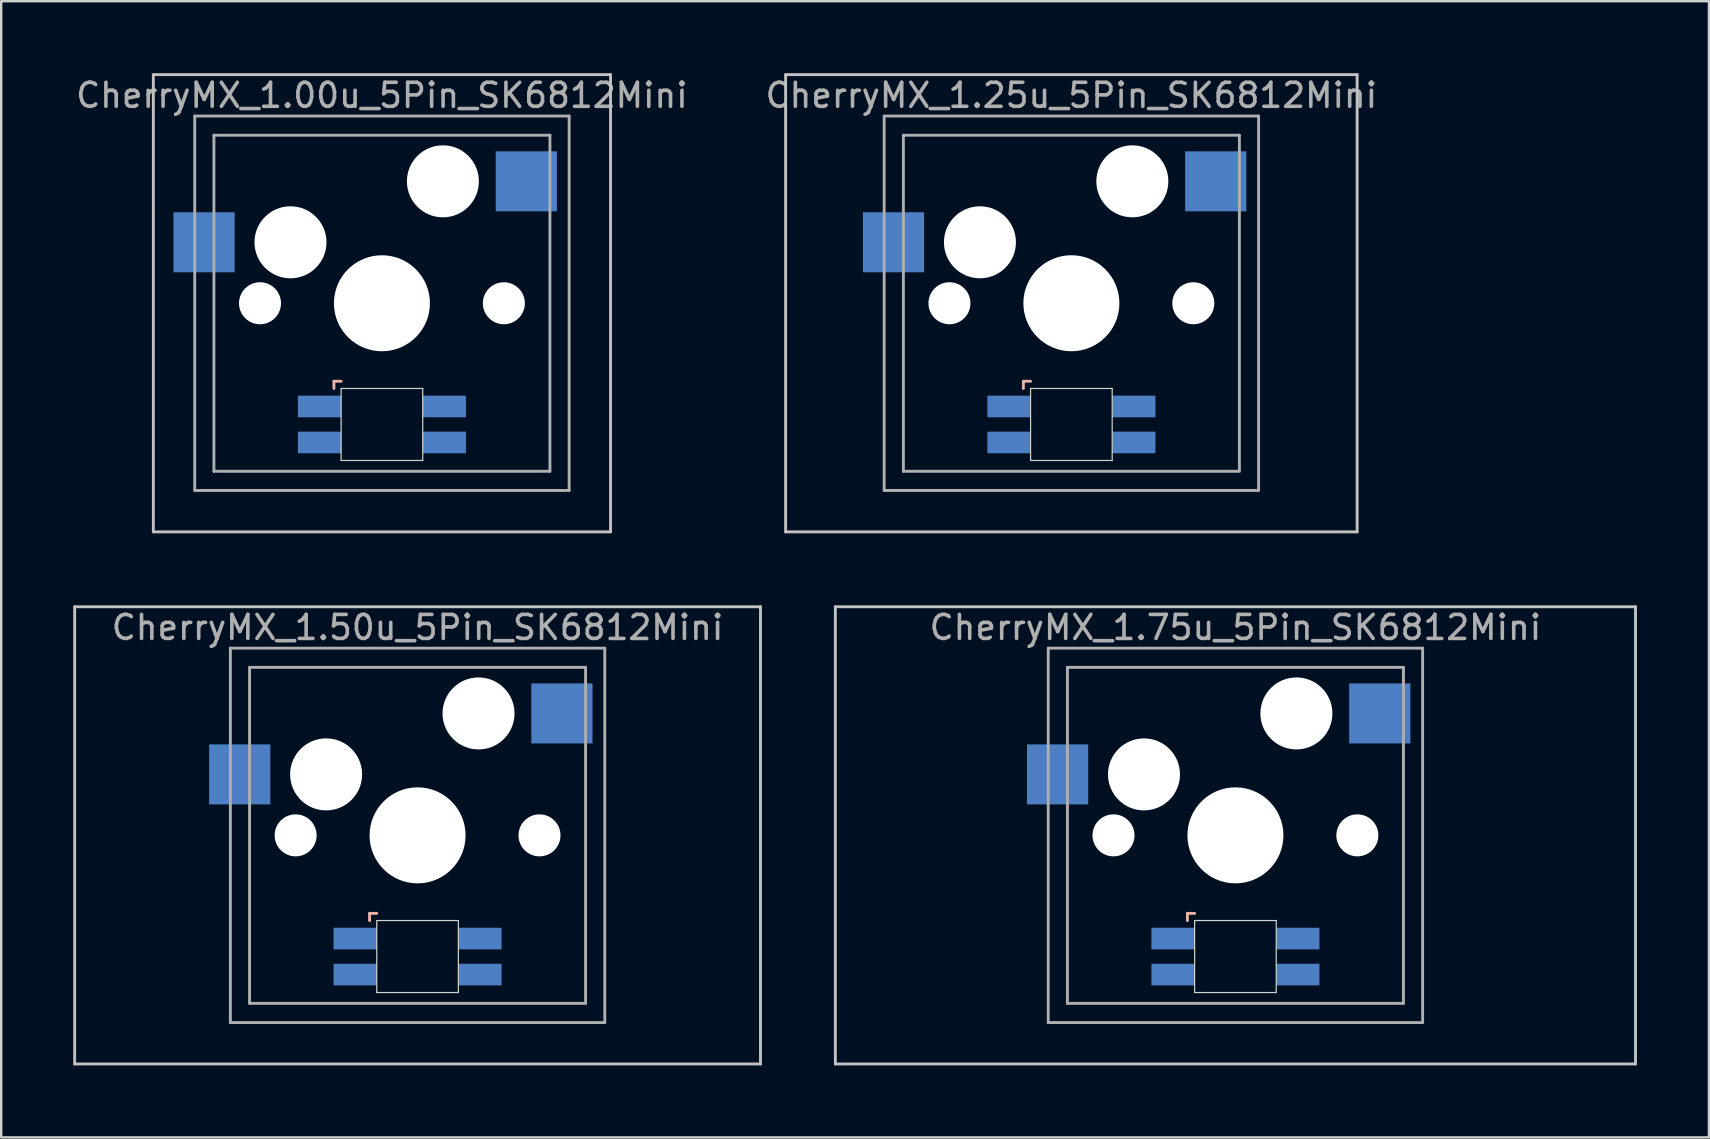
<source format=kicad_pcb>
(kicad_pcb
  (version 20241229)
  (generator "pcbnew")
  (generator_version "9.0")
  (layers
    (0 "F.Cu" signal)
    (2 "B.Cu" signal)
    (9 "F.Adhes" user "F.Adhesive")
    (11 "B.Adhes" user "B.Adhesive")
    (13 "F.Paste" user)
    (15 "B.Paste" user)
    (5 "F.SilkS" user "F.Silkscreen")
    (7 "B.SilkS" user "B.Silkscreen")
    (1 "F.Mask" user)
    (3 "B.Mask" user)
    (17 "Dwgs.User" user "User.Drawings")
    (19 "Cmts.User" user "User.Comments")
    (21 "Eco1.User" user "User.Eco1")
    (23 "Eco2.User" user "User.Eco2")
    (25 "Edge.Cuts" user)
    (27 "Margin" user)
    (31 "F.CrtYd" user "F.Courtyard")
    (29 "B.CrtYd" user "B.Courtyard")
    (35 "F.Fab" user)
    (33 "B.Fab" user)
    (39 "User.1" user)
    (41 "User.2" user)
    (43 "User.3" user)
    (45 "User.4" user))
  (footprint "CherryMX_1.75u_5Pin_SK6812Mini"
    (layer "F.Cu")
    (at 48.424 31.755)
    (property "Reference" "CherryMX_1.75u_5Pin_SK6812Mini" (at 0 -8.662 0) (layer "F.Fab") (effects (font (size 1 1) (thickness 0.15))))
    (attr through_hole)
    (fp_line (start -2 3.25) (end -2 3.55) (stroke (width 0.12) (type solid)) (layer "B.SilkS"))
    (fp_line (start -1.7 3.25) (end -2 3.25) (stroke (width 0.12) (type solid)) (layer "B.SilkS"))
    (fp_line (start -16.669 -9.525) (end 16.669 -9.525) (stroke (width 0.12) (type solid)) (layer "Dwgs.User"))
    (fp_line (start -16.669 9.525) (end -16.669 -9.525) (stroke (width 0.12) (type solid)) (layer "Dwgs.User"))
    (fp_line (start 16.669 -9.525) (end 16.669 9.525) (stroke (width 0.12) (type solid)) (layer "Dwgs.User"))
    (fp_line (start 16.669 9.525) (end -16.669 9.525) (stroke (width 0.12) (type solid)) (layer "Dwgs.User"))
    (fp_line (start -1.7 3.55) (end 1.7 3.55) (stroke (width 0.05) (type solid)) (layer "Edge.Cuts"))
    (fp_line (start -1.7 6.55) (end -1.7 3.55) (stroke (width 0.05) (type solid)) (layer "Edge.Cuts"))
    (fp_line (start 1.7 3.55) (end 1.7 6.55) (stroke (width 0.05) (type solid)) (layer "Edge.Cuts"))
    (fp_line (start 1.7 6.55) (end -1.7 6.55) (stroke (width 0.05) (type solid)) (layer "Edge.Cuts"))
    (fp_line (start -7.8 -7.8) (end -7.8 7.8) (stroke (width 0.12) (type solid)) (layer "F.Fab"))
    (fp_line (start -7.8 -7.8) (end 7.8 -7.8) (stroke (width 0.12) (type solid)) (layer "F.Fab"))
    (fp_line (start -7.8 7.8) (end 7.8 7.8) (stroke (width 0.12) (type solid)) (layer "F.Fab"))
    (fp_line (start -7 -7) (end -7 7) (stroke (width 0.12) (type solid)) (layer "F.Fab"))
    (fp_line (start -7 -7) (end 7 -7) (stroke (width 0.12) (type solid)) (layer "F.Fab"))
    (fp_line (start 7 -7) (end 7 7) (stroke (width 0.12) (type solid)) (layer "F.Fab"))
    (fp_line (start 7 7) (end -7 7) (stroke (width 0.12) (type solid)) (layer "F.Fab"))
    (fp_line (start 7.8 -7.8) (end 7.8 7.8) (stroke (width 0.12) (type solid)) (layer "F.Fab"))
    (pad "" np_thru_hole circle (at -5.08 0) (size 1.75 1.75) (drill 1.75) (layers "*.Cu" "*.Mask"))
    (pad "" np_thru_hole circle (at -3.81 -2.54) (size 3 3) (drill 3) (layers "*.Cu" "*.Mask"))
    (pad "" np_thru_hole circle (at 0 0) (size 4 4) (drill 4) (layers "*.Cu" "*.Mask"))
    (pad "" np_thru_hole circle (at 2.54 -5.08) (size 3 3) (drill 3) (layers "*.Cu" "*.Mask"))
    (pad "" np_thru_hole circle (at 5.08 0) (size 1.75 1.75) (drill 1.75) (layers "*.Cu" "*.Mask"))
    (pad "1" smd rect (at -7.41 -2.54) (size 2.55 2.5) (layers "B.Cu" "B.Mask" "B.Paste"))
    (pad "2" smd rect (at 6.015 -5.08) (size 2.55 2.5) (layers "B.Cu" "B.Mask" "B.Paste"))
    (pad "3" smd rect (at -2.6 4.3) (size 1.8 0.9) (layers "B.Cu" "B.Mask" "B.Paste"))
    (pad "4" smd rect (at -2.6 5.8) (size 1.8 0.9) (layers "B.Cu" "B.Mask" "B.Paste"))
    (pad "5" smd rect (at 2.6 4.3) (size 1.8 0.9) (layers "B.Cu" "B.Mask" "B.Paste"))
    (pad "6" smd rect (at 2.6 5.8) (size 1.8 0.9) (layers "B.Cu" "B.Mask" "B.Paste")))
  (footprint "CherryMX_1.25u_5Pin_SK6812Mini"
    (layer "F.Cu")
    (at 41.589 9.585)
    (property "Reference" "CherryMX_1.25u_5Pin_SK6812Mini" (at 0 -8.662 0) (layer "F.Fab") (effects (font (size 1 1) (thickness 0.15))))
    (attr through_hole)
    (fp_line (start -2 3.25) (end -2 3.55) (stroke (width 0.12) (type solid)) (layer "B.SilkS"))
    (fp_line (start -1.7 3.25) (end -2 3.25) (stroke (width 0.12) (type solid)) (layer "B.SilkS"))
    (fp_line (start -11.906 -9.525) (end 11.906 -9.525) (stroke (width 0.12) (type solid)) (layer "Dwgs.User"))
    (fp_line (start -11.906 9.525) (end -11.906 -9.525) (stroke (width 0.12) (type solid)) (layer "Dwgs.User"))
    (fp_line (start 11.906 -9.525) (end 11.906 9.525) (stroke (width 0.12) (type solid)) (layer "Dwgs.User"))
    (fp_line (start 11.906 9.525) (end -11.906 9.525) (stroke (width 0.12) (type solid)) (layer "Dwgs.User"))
    (fp_line (start -1.7 3.55) (end 1.7 3.55) (stroke (width 0.05) (type solid)) (layer "Edge.Cuts"))
    (fp_line (start -1.7 6.55) (end -1.7 3.55) (stroke (width 0.05) (type solid)) (layer "Edge.Cuts"))
    (fp_line (start 1.7 3.55) (end 1.7 6.55) (stroke (width 0.05) (type solid)) (layer "Edge.Cuts"))
    (fp_line (start 1.7 6.55) (end -1.7 6.55) (stroke (width 0.05) (type solid)) (layer "Edge.Cuts"))
    (fp_line (start -7.8 -7.8) (end -7.8 7.8) (stroke (width 0.12) (type solid)) (layer "F.Fab"))
    (fp_line (start -7.8 -7.8) (end 7.8 -7.8) (stroke (width 0.12) (type solid)) (layer "F.Fab"))
    (fp_line (start -7.8 7.8) (end 7.8 7.8) (stroke (width 0.12) (type solid)) (layer "F.Fab"))
    (fp_line (start -7 -7) (end -7 7) (stroke (width 0.12) (type solid)) (layer "F.Fab"))
    (fp_line (start -7 -7) (end 7 -7) (stroke (width 0.12) (type solid)) (layer "F.Fab"))
    (fp_line (start 7 -7) (end 7 7) (stroke (width 0.12) (type solid)) (layer "F.Fab"))
    (fp_line (start 7 7) (end -7 7) (stroke (width 0.12) (type solid)) (layer "F.Fab"))
    (fp_line (start 7.8 -7.8) (end 7.8 7.8) (stroke (width 0.12) (type solid)) (layer "F.Fab"))
    (pad "" np_thru_hole circle (at -5.08 0) (size 1.75 1.75) (drill 1.75) (layers "*.Cu" "*.Mask"))
    (pad "" np_thru_hole circle (at -3.81 -2.54) (size 3 3) (drill 3) (layers "*.Cu" "*.Mask"))
    (pad "" np_thru_hole circle (at 0 0) (size 4 4) (drill 4) (layers "*.Cu" "*.Mask"))
    (pad "" np_thru_hole circle (at 2.54 -5.08) (size 3 3) (drill 3) (layers "*.Cu" "*.Mask"))
    (pad "" np_thru_hole circle (at 5.08 0) (size 1.75 1.75) (drill 1.75) (layers "*.Cu" "*.Mask"))
    (pad "1" smd rect (at -7.41 -2.54) (size 2.55 2.5) (layers "B.Cu" "B.Mask" "B.Paste"))
    (pad "2" smd rect (at 6.015 -5.08) (size 2.55 2.5) (layers "B.Cu" "B.Mask" "B.Paste"))
    (pad "3" smd rect (at -2.6 4.3) (size 1.8 0.9) (layers "B.Cu" "B.Mask" "B.Paste"))
    (pad "4" smd rect (at -2.6 5.8) (size 1.8 0.9) (layers "B.Cu" "B.Mask" "B.Paste"))
    (pad "5" smd rect (at 2.6 4.3) (size 1.8 0.9) (layers "B.Cu" "B.Mask" "B.Paste"))
    (pad "6" smd rect (at 2.6 5.8) (size 1.8 0.9) (layers "B.Cu" "B.Mask" "B.Paste")))
  (footprint "CherryMX_1.50u_5Pin_SK6812Mini"
    (layer "F.Cu")
    (at 14.348 31.755)
    (property "Reference" "CherryMX_1.50u_5Pin_SK6812Mini" (at 0 -8.662 0) (layer "F.Fab") (effects (font (size 1 1) (thickness 0.15))))
    (attr through_hole)
    (fp_line (start -2 3.25) (end -2 3.55) (stroke (width 0.12) (type solid)) (layer "B.SilkS"))
    (fp_line (start -1.7 3.25) (end -2 3.25) (stroke (width 0.12) (type solid)) (layer "B.SilkS"))
    (fp_line (start -14.287 -9.525) (end 14.287 -9.525) (stroke (width 0.12) (type solid)) (layer "Dwgs.User"))
    (fp_line (start -14.287 9.525) (end -14.287 -9.525) (stroke (width 0.12) (type solid)) (layer "Dwgs.User"))
    (fp_line (start 14.287 -9.525) (end 14.287 9.525) (stroke (width 0.12) (type solid)) (layer "Dwgs.User"))
    (fp_line (start 14.287 9.525) (end -14.287 9.525) (stroke (width 0.12) (type solid)) (layer "Dwgs.User"))
    (fp_line (start -1.7 3.55) (end 1.7 3.55) (stroke (width 0.05) (type solid)) (layer "Edge.Cuts"))
    (fp_line (start -1.7 6.55) (end -1.7 3.55) (stroke (width 0.05) (type solid)) (layer "Edge.Cuts"))
    (fp_line (start 1.7 3.55) (end 1.7 6.55) (stroke (width 0.05) (type solid)) (layer "Edge.Cuts"))
    (fp_line (start 1.7 6.55) (end -1.7 6.55) (stroke (width 0.05) (type solid)) (layer "Edge.Cuts"))
    (fp_line (start -7.8 -7.8) (end -7.8 7.8) (stroke (width 0.12) (type solid)) (layer "F.Fab"))
    (fp_line (start -7.8 -7.8) (end 7.8 -7.8) (stroke (width 0.12) (type solid)) (layer "F.Fab"))
    (fp_line (start -7.8 7.8) (end 7.8 7.8) (stroke (width 0.12) (type solid)) (layer "F.Fab"))
    (fp_line (start -7 -7) (end -7 7) (stroke (width 0.12) (type solid)) (layer "F.Fab"))
    (fp_line (start -7 -7) (end 7 -7) (stroke (width 0.12) (type solid)) (layer "F.Fab"))
    (fp_line (start 7 -7) (end 7 7) (stroke (width 0.12) (type solid)) (layer "F.Fab"))
    (fp_line (start 7 7) (end -7 7) (stroke (width 0.12) (type solid)) (layer "F.Fab"))
    (fp_line (start 7.8 -7.8) (end 7.8 7.8) (stroke (width 0.12) (type solid)) (layer "F.Fab"))
    (pad "" np_thru_hole circle (at -5.08 0) (size 1.75 1.75) (drill 1.75) (layers "*.Cu" "*.Mask"))
    (pad "" np_thru_hole circle (at -3.81 -2.54) (size 3 3) (drill 3) (layers "*.Cu" "*.Mask"))
    (pad "" np_thru_hole circle (at 0 0) (size 4 4) (drill 4) (layers "*.Cu" "*.Mask"))
    (pad "" np_thru_hole circle (at 2.54 -5.08) (size 3 3) (drill 3) (layers "*.Cu" "*.Mask"))
    (pad "" np_thru_hole circle (at 5.08 0) (size 1.75 1.75) (drill 1.75) (layers "*.Cu" "*.Mask"))
    (pad "1" smd rect (at -7.41 -2.54) (size 2.55 2.5) (layers "B.Cu" "B.Mask" "B.Paste"))
    (pad "2" smd rect (at 6.015 -5.08) (size 2.55 2.5) (layers "B.Cu" "B.Mask" "B.Paste"))
    (pad "3" smd rect (at -2.6 4.3) (size 1.8 0.9) (layers "B.Cu" "B.Mask" "B.Paste"))
    (pad "4" smd rect (at -2.6 5.8) (size 1.8 0.9) (layers "B.Cu" "B.Mask" "B.Paste"))
    (pad "5" smd rect (at 2.6 4.3) (size 1.8 0.9) (layers "B.Cu" "B.Mask" "B.Paste"))
    (pad "6" smd rect (at 2.6 5.8) (size 1.8 0.9) (layers "B.Cu" "B.Mask" "B.Paste")))
  (footprint "CherryMX_1.00u_5Pin_SK6812Mini"
    (layer "F.Cu")
    (at 12.863 9.585)
    (property "Reference" "CherryMX_1.00u_5Pin_SK6812Mini" (at 0 -8.662 0) (layer "F.Fab") (effects (font (size 1 1) (thickness 0.15))))
    (attr through_hole)
    (fp_line (start -2 3.25) (end -2 3.55) (stroke (width 0.12) (type solid)) (layer "B.SilkS"))
    (fp_line (start -1.7 3.25) (end -2 3.25) (stroke (width 0.12) (type solid)) (layer "B.SilkS"))
    (fp_line (start -9.525 -9.525) (end 9.525 -9.525) (stroke (width 0.12) (type solid)) (layer "Dwgs.User"))
    (fp_line (start -9.525 9.525) (end -9.525 -9.525) (stroke (width 0.12) (type solid)) (layer "Dwgs.User"))
    (fp_line (start 9.525 -9.525) (end 9.525 9.525) (stroke (width 0.12) (type solid)) (layer "Dwgs.User"))
    (fp_line (start 9.525 9.525) (end -9.525 9.525) (stroke (width 0.12) (type solid)) (layer "Dwgs.User"))
    (fp_line (start -1.7 3.55) (end 1.7 3.55) (stroke (width 0.05) (type solid)) (layer "Edge.Cuts"))
    (fp_line (start -1.7 6.55) (end -1.7 3.55) (stroke (width 0.05) (type solid)) (layer "Edge.Cuts"))
    (fp_line (start 1.7 3.55) (end 1.7 6.55) (stroke (width 0.05) (type solid)) (layer "Edge.Cuts"))
    (fp_line (start 1.7 6.55) (end -1.7 6.55) (stroke (width 0.05) (type solid)) (layer "Edge.Cuts"))
    (fp_line (start -7.8 -7.8) (end -7.8 7.8) (stroke (width 0.12) (type solid)) (layer "F.Fab"))
    (fp_line (start -7.8 -7.8) (end 7.8 -7.8) (stroke (width 0.12) (type solid)) (layer "F.Fab"))
    (fp_line (start -7.8 7.8) (end 7.8 7.8) (stroke (width 0.12) (type solid)) (layer "F.Fab"))
    (fp_line (start -7 -7) (end -7 7) (stroke (width 0.12) (type solid)) (layer "F.Fab"))
    (fp_line (start -7 -7) (end 7 -7) (stroke (width 0.12) (type solid)) (layer "F.Fab"))
    (fp_line (start 7 -7) (end 7 7) (stroke (width 0.12) (type solid)) (layer "F.Fab"))
    (fp_line (start 7 7) (end -7 7) (stroke (width 0.12) (type solid)) (layer "F.Fab"))
    (fp_line (start 7.8 -7.8) (end 7.8 7.8) (stroke (width 0.12) (type solid)) (layer "F.Fab"))
    (pad "" np_thru_hole circle (at -5.08 0) (size 1.75 1.75) (drill 1.75) (layers "*.Cu" "*.Mask"))
    (pad "" np_thru_hole circle (at -3.81 -2.54) (size 3 3) (drill 3) (layers "*.Cu" "*.Mask"))
    (pad "" np_thru_hole circle (at 0 0) (size 4 4) (drill 4) (layers "*.Cu" "*.Mask"))
    (pad "" np_thru_hole circle (at 2.54 -5.08) (size 3 3) (drill 3) (layers "*.Cu" "*.Mask"))
    (pad "" np_thru_hole circle (at 5.08 0) (size 1.75 1.75) (drill 1.75) (layers "*.Cu" "*.Mask"))
    (pad "1" smd rect (at -7.41 -2.54) (size 2.55 2.5) (layers "B.Cu" "B.Mask" "B.Paste"))
    (pad "2" smd rect (at 6.015 -5.08) (size 2.55 2.5) (layers "B.Cu" "B.Mask" "B.Paste"))
    (pad "3" smd rect (at -2.6 4.3) (size 1.8 0.9) (layers "B.Cu" "B.Mask" "B.Paste"))
    (pad "4" smd rect (at -2.6 5.8) (size 1.8 0.9) (layers "B.Cu" "B.Mask" "B.Paste"))
    (pad "5" smd rect (at 2.6 4.3) (size 1.8 0.9) (layers "B.Cu" "B.Mask" "B.Paste"))
    (pad "6" smd rect (at 2.6 5.8) (size 1.8 0.9) (layers "B.Cu" "B.Mask" "B.Paste")))
  (gr_rect
    (start -3 -3)
    (end 68.153 44.34)
    (stroke (width 0.1) (type default))
    (fill no)
    (layer "Edge.Cuts")))
</source>
